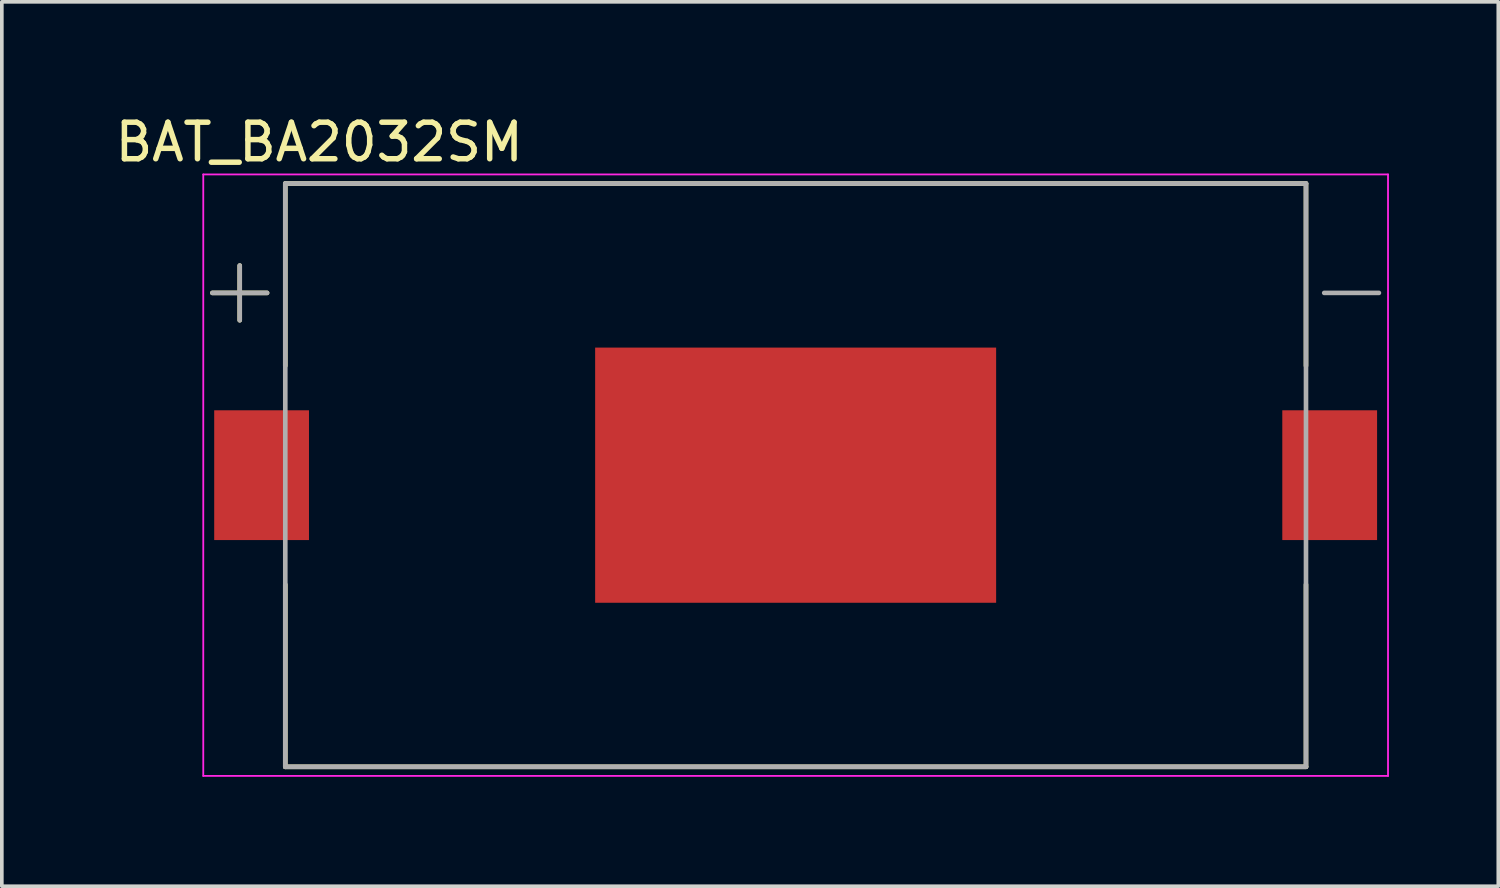
<source format=kicad_pcb>
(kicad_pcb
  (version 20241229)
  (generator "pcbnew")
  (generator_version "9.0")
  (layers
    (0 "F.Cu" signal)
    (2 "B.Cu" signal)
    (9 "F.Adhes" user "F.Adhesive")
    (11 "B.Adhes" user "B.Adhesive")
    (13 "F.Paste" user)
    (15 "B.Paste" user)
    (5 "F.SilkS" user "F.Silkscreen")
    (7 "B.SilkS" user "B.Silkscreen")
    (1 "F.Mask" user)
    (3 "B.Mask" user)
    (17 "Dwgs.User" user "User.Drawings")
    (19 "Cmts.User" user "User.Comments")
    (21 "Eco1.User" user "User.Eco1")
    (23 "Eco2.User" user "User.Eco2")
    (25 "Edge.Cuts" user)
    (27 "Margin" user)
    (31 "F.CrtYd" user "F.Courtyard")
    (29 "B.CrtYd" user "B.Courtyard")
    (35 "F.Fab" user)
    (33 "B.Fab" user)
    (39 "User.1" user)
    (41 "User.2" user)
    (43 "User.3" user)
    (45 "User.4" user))
  (footprint "BAT_BA2032SM"
    (layer "F.Cu")
    (at 18.776 9.985)
    (property "Reference" "BAT_BA2032SM" (at -13.069 -9.136 0) (layer "F.SilkS") (effects (font (size 1.002 1.002) (thickness 0.15))))
    (attr through_hole)
    (fp_poly (pts (xy -5.5 -3.5) (xy 5.5 -3.5) (xy 5.5 3.5) (xy -5.5 3.5)) (stroke (width 0.000009) (type solid)) (fill yes) (layer "F.Cu"))
    (fp_poly (pts (xy -5.6 -3.6) (xy 5.6 -3.6) (xy 5.6 3.6) (xy -5.6 3.6)) (stroke (width 0.000009) (type solid)) (fill yes) (layer "F.Mask"))
    (fp_line (start -16 -5) (end -14.5 -5) (stroke (width 0.127) (type solid)) (layer "F.SilkS"))
    (fp_line (start -15.25 -4.25) (end -15.25 -5.75) (stroke (width 0.127) (type solid)) (layer "F.SilkS"))
    (fp_line (start -14 -8) (end 14 -8) (stroke (width 0.127) (type solid)) (layer "F.SilkS"))
    (fp_line (start -14 -3) (end -14 -8) (stroke (width 0.127) (type solid)) (layer "F.SilkS"))
    (fp_line (start -14 8) (end -14 3) (stroke (width 0.127) (type solid)) (layer "F.SilkS"))
    (fp_line (start 14 -8) (end 14 -3) (stroke (width 0.127) (type solid)) (layer "F.SilkS"))
    (fp_line (start 14 3) (end 14 8) (stroke (width 0.127) (type solid)) (layer "F.SilkS"))
    (fp_line (start 14 8) (end -14 8) (stroke (width 0.127) (type solid)) (layer "F.SilkS"))
    (fp_line (start -16.25 -8.25) (end -16.25 8.25) (stroke (width 0.05) (type solid)) (layer "F.CrtYd"))
    (fp_line (start -16.25 8.25) (end 16.25 8.25) (stroke (width 0.05) (type solid)) (layer "F.CrtYd"))
    (fp_line (start 16.25 -8.25) (end -16.25 -8.25) (stroke (width 0.05) (type solid)) (layer "F.CrtYd"))
    (fp_line (start 16.25 8.25) (end 16.25 -8.25) (stroke (width 0.05) (type solid)) (layer "F.CrtYd"))
    (fp_line (start -16 -5) (end -14.5 -5) (stroke (width 0.127) (type solid)) (layer "F.Fab"))
    (fp_line (start -15.25 -4.25) (end -15.25 -5.75) (stroke (width 0.127) (type solid)) (layer "F.Fab"))
    (fp_line (start -14 -8) (end -14 8) (stroke (width 0.127) (type solid)) (layer "F.Fab"))
    (fp_line (start -14 -8) (end 14 -8) (stroke (width 0.127) (type solid)) (layer "F.Fab"))
    (fp_line (start -14 8) (end 14 8) (stroke (width 0.127) (type solid)) (layer "F.Fab"))
    (fp_line (start 14 -8) (end 14 8) (stroke (width 0.127) (type solid)) (layer "F.Fab"))
    (fp_line (start 14.5 -5) (end 16 -5) (stroke (width 0.127) (type solid)) (layer "F.Fab"))
    (pad "+" smd rect (at -14.65 0) (size 2.6 3.56) (layers "F.Cu" "F.Mask" "F.Paste"))
    (pad "-" smd rect (at 14.65 0) (size 2.6 3.56) (layers "F.Cu" "F.Mask" "F.Paste")))
  (gr_rect
    (start -3 -3)
    (end 38.051 21.26)
    (stroke (width 0.1) (type default))
    (fill no)
    (layer "Edge.Cuts")))
</source>
